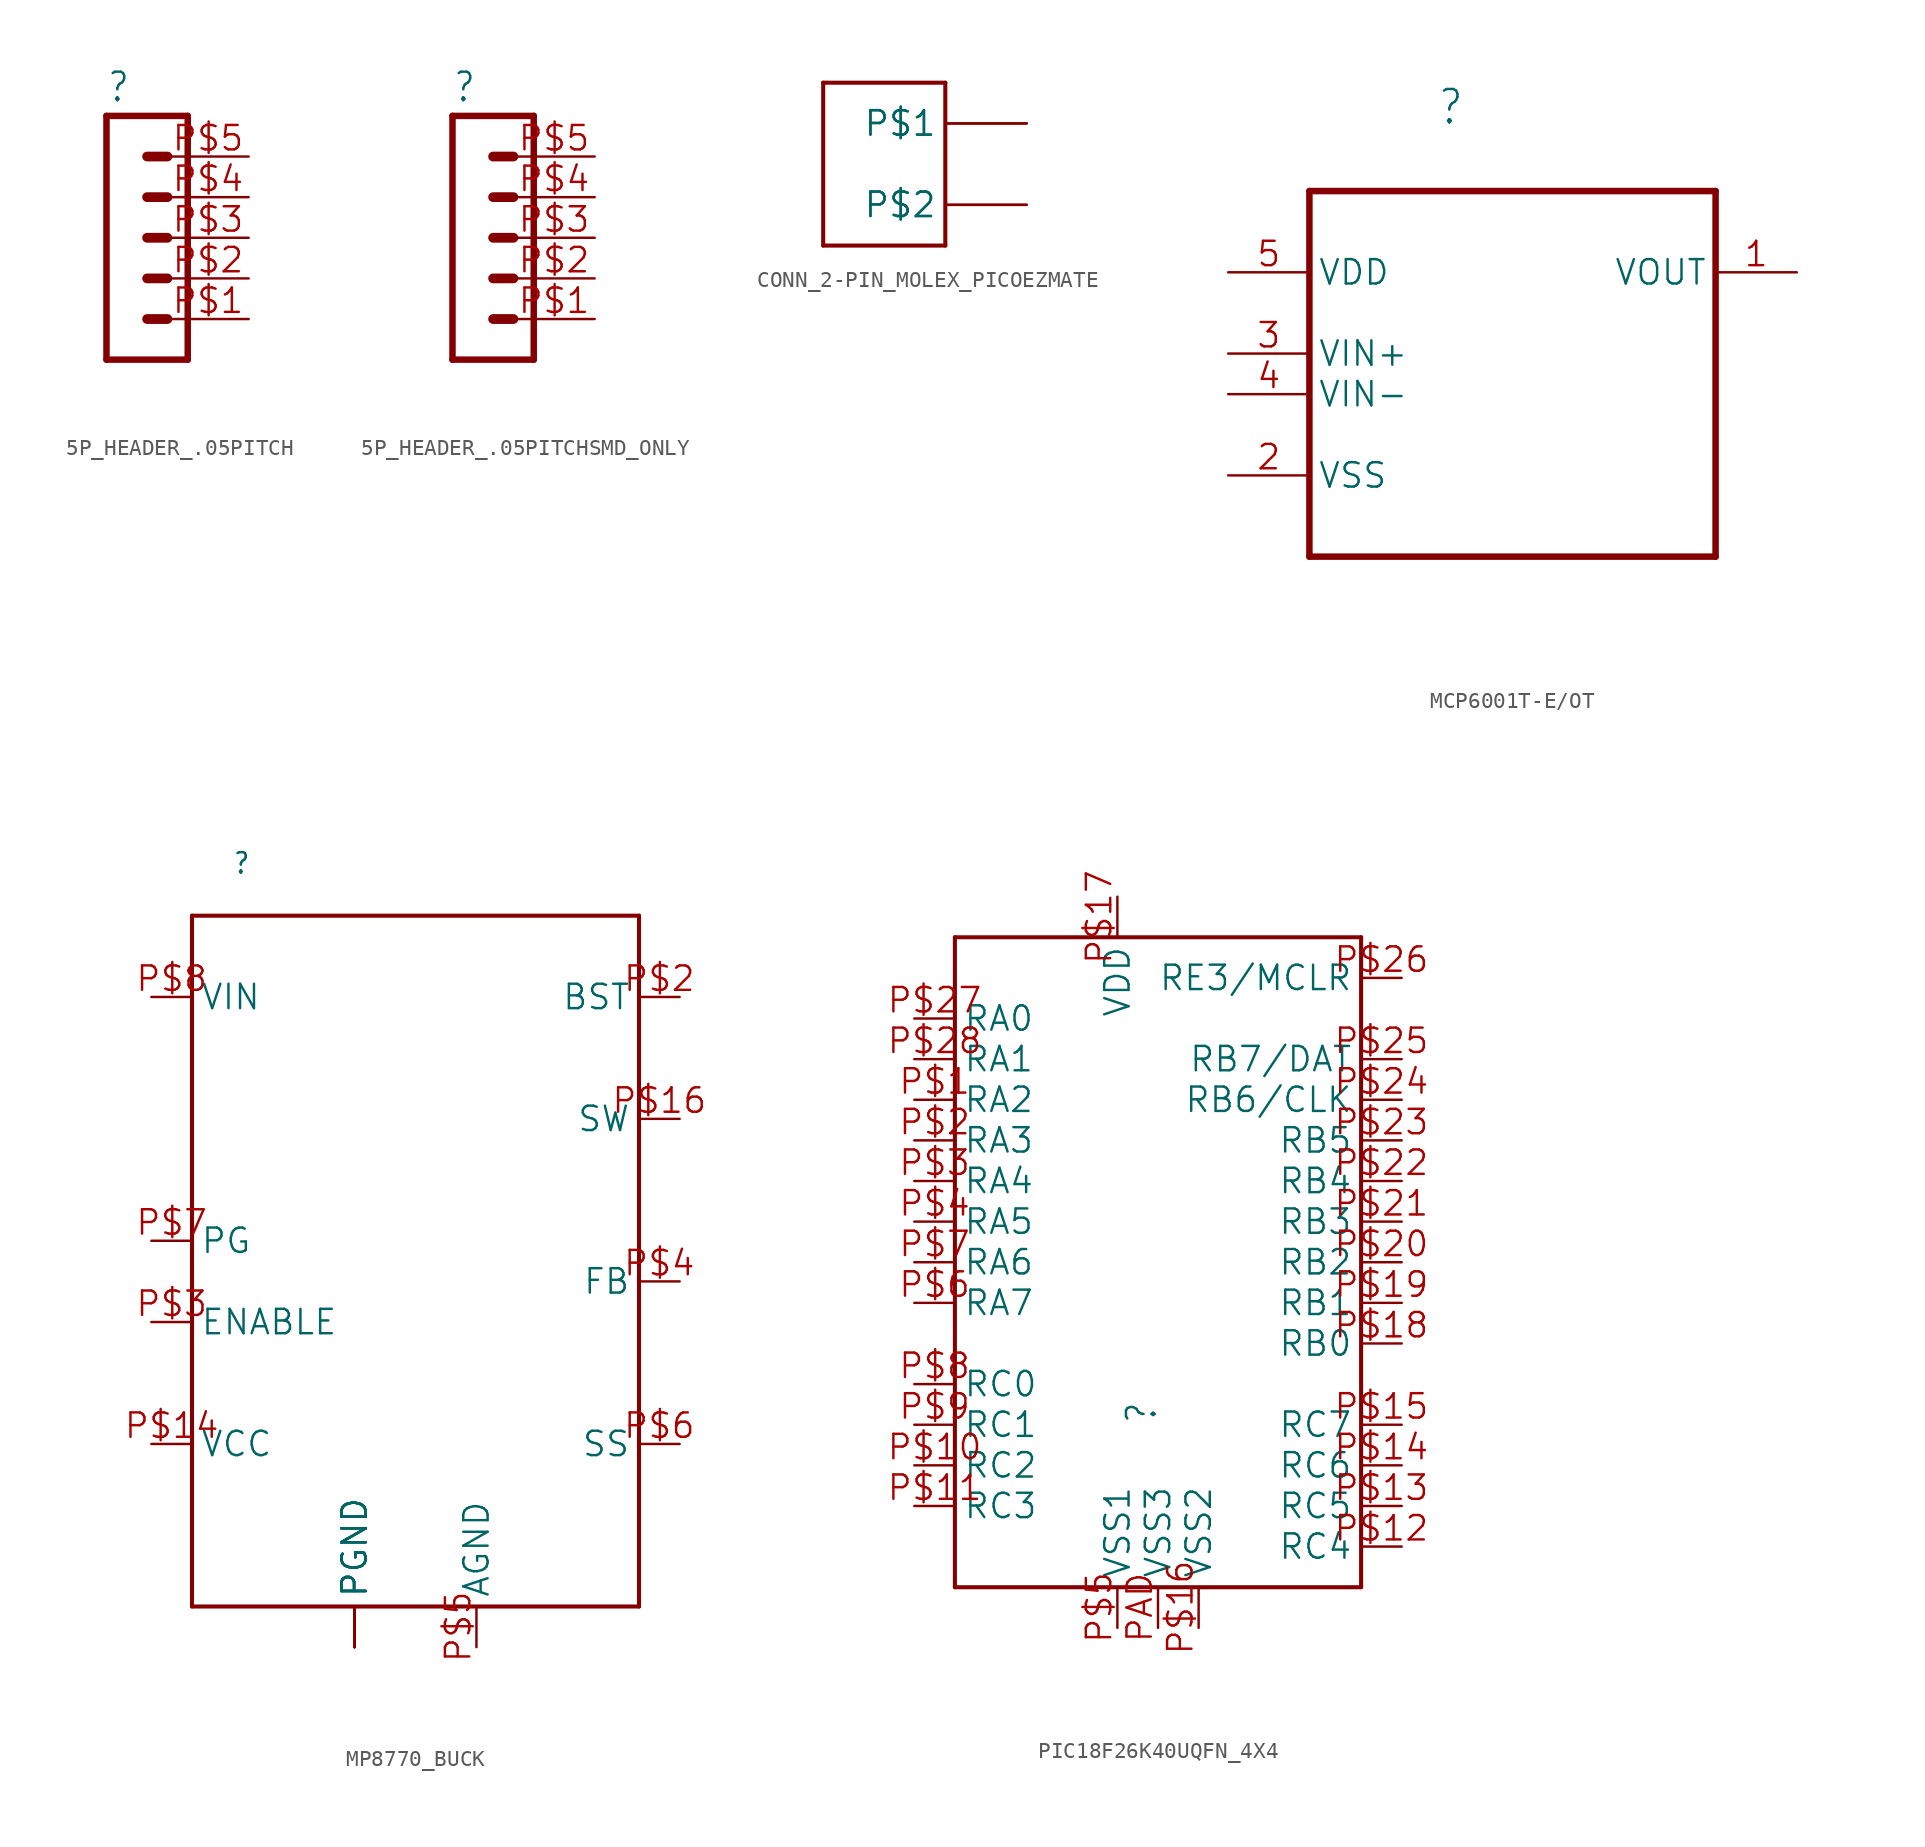
<source format=kicad_sym>
(kicad_symbol_lib
  (version 20241209)
  (generator "kicad_symbol_editor")
  (generator_version "9.0")
  (symbol "5P_HEADER_.05PITCH"
    (property "Reference" ""
      (at -1.27 8.382 0)
      (effects (font (size 1.778 1.511)) (justify left bottom)))
    (property "Value" ""
      (at -1.27 -10.16 0)
      (effects (font (size 1.778 1.511)) (justify left bottom)))
    (property "ki_locked" ""
      (at 0 0 0)
      (effects (font (size 1.27 1.27))))
    (symbol "5P_HEADER_.05PITCH_1_0"
      (polyline (pts (xy -1.27 7.62) (xy -1.27 -7.62)) (stroke (width 0.406) (type solid)) (fill (type none)))
      (polyline (pts (xy -1.27 7.62) (xy 3.81 7.62)) (stroke (width 0.406) (type solid)) (fill (type none)))
      (polyline (pts (xy 1.27 5.08) (xy 2.54 5.08)) (stroke (width 0.61) (type solid)) (fill (type none)))
      (polyline (pts (xy 1.27 2.54) (xy 2.54 2.54)) (stroke (width 0.61) (type solid)) (fill (type none)))
      (polyline (pts (xy 1.27 0) (xy 2.54 0)) (stroke (width 0.61) (type solid)) (fill (type none)))
      (polyline (pts (xy 1.27 -2.54) (xy 2.54 -2.54)) (stroke (width 0.61) (type solid)) (fill (type none)))
      (polyline (pts (xy 1.27 -5.08) (xy 2.54 -5.08)) (stroke (width 0.61) (type solid)) (fill (type none)))
      (polyline (pts (xy 3.81 -7.62) (xy -1.27 -7.62)) (stroke (width 0.406) (type solid)) (fill (type none)))
      (polyline (pts (xy 3.81 -7.62) (xy 3.81 7.62)) (stroke (width 0.406) (type solid)) (fill (type none)))
      (pin passive line (at 7.62 5.08 180) (length 5.08) (name "5" (effects (font (size 0 0)))) (number "P$5" (effects (font (size 1.524 1.524)))))
      (pin passive line (at 7.62 2.54 180) (length 5.08) (name "4" (effects (font (size 0 0)))) (number "P$4" (effects (font (size 1.524 1.524)))))
      (pin passive line (at 7.62 0 180) (length 5.08) (name "3" (effects (font (size 0 0)))) (number "P$3" (effects (font (size 1.524 1.524)))))
      (pin passive line (at 7.62 -2.54 180) (length 5.08) (name "2" (effects (font (size 0 0)))) (number "P$2" (effects (font (size 1.524 1.524)))))
      (pin passive line (at 7.62 -5.08 180) (length 5.08) (name "1" (effects (font (size 0 0)))) (number "P$1" (effects (font (size 1.524 1.524)))))))
  (symbol "5P_HEADER_.05PITCHSMD_ONLY"
    (property "Reference" ""
      (at -1.27 8.382 0)
      (effects (font (size 1.778 1.511)) (justify left bottom)))
    (property "Value" ""
      (at -1.27 -10.16 0)
      (effects (font (size 1.778 1.511)) (justify left bottom)))
    (property "ki_locked" ""
      (at 0 0 0)
      (effects (font (size 1.27 1.27))))
    (symbol "5P_HEADER_.05PITCHSMD_ONLY_1_0"
      (polyline (pts (xy -1.27 7.62) (xy -1.27 -7.62)) (stroke (width 0.406) (type solid)) (fill (type none)))
      (polyline (pts (xy -1.27 7.62) (xy 3.81 7.62)) (stroke (width 0.406) (type solid)) (fill (type none)))
      (polyline (pts (xy 1.27 5.08) (xy 2.54 5.08)) (stroke (width 0.61) (type solid)) (fill (type none)))
      (polyline (pts (xy 1.27 2.54) (xy 2.54 2.54)) (stroke (width 0.61) (type solid)) (fill (type none)))
      (polyline (pts (xy 1.27 0) (xy 2.54 0)) (stroke (width 0.61) (type solid)) (fill (type none)))
      (polyline (pts (xy 1.27 -2.54) (xy 2.54 -2.54)) (stroke (width 0.61) (type solid)) (fill (type none)))
      (polyline (pts (xy 1.27 -5.08) (xy 2.54 -5.08)) (stroke (width 0.61) (type solid)) (fill (type none)))
      (polyline (pts (xy 3.81 -7.62) (xy -1.27 -7.62)) (stroke (width 0.406) (type solid)) (fill (type none)))
      (polyline (pts (xy 3.81 -7.62) (xy 3.81 7.62)) (stroke (width 0.406) (type solid)) (fill (type none)))
      (pin passive line (at 7.62 5.08 180) (length 5.08) (name "5" (effects (font (size 0 0)))) (number "P$5" (effects (font (size 1.524 1.524)))))
      (pin passive line (at 7.62 2.54 180) (length 5.08) (name "4" (effects (font (size 0 0)))) (number "P$4" (effects (font (size 1.524 1.524)))))
      (pin passive line (at 7.62 0 180) (length 5.08) (name "3" (effects (font (size 0 0)))) (number "P$3" (effects (font (size 1.524 1.524)))))
      (pin passive line (at 7.62 -2.54 180) (length 5.08) (name "2" (effects (font (size 0 0)))) (number "P$2" (effects (font (size 1.524 1.524)))))
      (pin passive line (at 7.62 -5.08 180) (length 5.08) (name "1" (effects (font (size 0 0)))) (number "P$1" (effects (font (size 1.524 1.524)))))))
  (symbol "CONN_2-PIN_MOLEX_PICOEZMATE"
    (property "Reference" ""
      (at 0 0 0)
      (effects (font (size 1.27 1.27)) (hide yes)))
    (property "ki_locked" ""
      (at 0 0 0)
      (effects (font (size 1.27 1.27))))
    (symbol "CONN_2-PIN_MOLEX_PICOEZMATE_1_0"
      (polyline (pts (xy -5.08 5.08) (xy -5.08 -5.08)) (stroke (width 0.254) (type solid)) (fill (type none)))
      (polyline (pts (xy -5.08 -5.08) (xy 2.54 -5.08)) (stroke (width 0.254) (type solid)) (fill (type none)))
      (polyline (pts (xy 2.54 5.08) (xy -5.08 5.08)) (stroke (width 0.254) (type solid)) (fill (type none)))
      (polyline (pts (xy 2.54 -5.08) (xy 2.54 5.08)) (stroke (width 0.254) (type solid)) (fill (type none)))
      (pin bidirectional line (at 7.62 2.54 180) (length 5.08) (name "P$1" (effects (font (size 1.524 1.524)))) (number "P$1" (effects (font (size 0 0)))))
      (pin bidirectional line (at 7.62 2.54 180) (length 5.08) (name "P$1" (effects (font (size 1.524 1.524)))) (number "P$4" (effects (font (size 0 0)))))
      (pin bidirectional line (at 7.62 -2.54 180) (length 5.08) (name "P$2" (effects (font (size 1.524 1.524)))) (number "P$2" (effects (font (size 0 0)))))
      (pin bidirectional line (at 7.62 -2.54 180) (length 5.08) (name "P$2" (effects (font (size 1.524 1.524)))) (number "P$3" (effects (font (size 0 0)))))))
  (symbol "MCP6001T-E/OT"
    (property "Reference" ""
      (at -4.724 11.659 0)
      (effects (font (size 2.083 1.77)) (justify left bottom)))
    (property "Value" ""
      (at -5.563 -19.964 0)
      (effects (font (size 2.083 1.77)) (justify left bottom)))
    (property "ki_locked" ""
      (at 0 0 0)
      (effects (font (size 1.27 1.27))))
    (symbol "MCP6001T-E/OT_1_0"
      (polyline (pts (xy -12.7 7.62) (xy -12.7 -15.24)) (stroke (width 0.406) (type solid)) (fill (type none)))
      (polyline (pts (xy -12.7 -15.24) (xy 12.7 -15.24)) (stroke (width 0.406) (type solid)) (fill (type none)))
      (polyline (pts (xy 12.7 7.62) (xy -12.7 7.62)) (stroke (width 0.406) (type solid)) (fill (type none)))
      (polyline (pts (xy 12.7 -15.24) (xy 12.7 7.62)) (stroke (width 0.406) (type solid)) (fill (type none)))
      (pin power_in line (at -17.78 2.54 0) (length 5.08) (name "VDD" (effects (font (size 1.524 1.524)))) (number "5" (effects (font (size 1.524 1.524)))))
      (pin input line (at -17.78 -2.54 0) (length 5.08) (name "VIN+" (effects (font (size 1.524 1.524)))) (number "3" (effects (font (size 1.524 1.524)))))
      (pin input line (at -17.78 -5.08 0) (length 5.08) (name "VIN-" (effects (font (size 1.524 1.524)))) (number "4" (effects (font (size 1.524 1.524)))))
      (pin passive line (at -17.78 -10.16 0) (length 5.08) (name "VSS" (effects (font (size 1.524 1.524)))) (number "2" (effects (font (size 1.524 1.524)))))
      (pin output line (at 17.78 2.54 180) (length 5.08) (name "VOUT" (effects (font (size 1.524 1.524)))) (number "1" (effects (font (size 1.524 1.524)))))))
  (symbol "MP8770_BUCK"
    (property "Reference" ""
      (at -12.7 20.32 0)
      (effects (font (size 1.27 1.079)) (justify left bottom)))
    (property "Value" ""
      (at -7.62 15.24 0)
      (effects (font (size 1.27 1.079)) (justify left bottom)))
    (property "ki_locked" ""
      (at 0 0 0)
      (effects (font (size 1.27 1.27))))
    (symbol "MP8770_BUCK_1_0"
      (polyline (pts (xy -15.24 17.78) (xy 12.7 17.78)) (stroke (width 0.254) (type solid)) (fill (type none)))
      (polyline (pts (xy -15.24 -25.4) (xy -15.24 17.78)) (stroke (width 0.254) (type solid)) (fill (type none)))
      (polyline (pts (xy 12.7 17.78) (xy 12.7 -25.4)) (stroke (width 0.254) (type solid)) (fill (type none)))
      (polyline (pts (xy 12.7 -25.4) (xy -15.24 -25.4)) (stroke (width 0.254) (type solid)) (fill (type none)))
      (pin bidirectional line (at -17.78 12.7 0) (length 2.54) (name "VIN" (effects (font (size 1.524 1.524)))) (number "P$8" (effects (font (size 1.524 1.524)))))
      (pin bidirectional line (at -17.78 -2.54 0) (length 2.54) (name "PG" (effects (font (size 1.524 1.524)))) (number "P$7" (effects (font (size 1.524 1.524)))))
      (pin bidirectional line (at -17.78 -7.62 0) (length 2.54) (name "ENABLE" (effects (font (size 1.524 1.524)))) (number "P$3" (effects (font (size 1.524 1.524)))))
      (pin bidirectional line (at -17.78 -15.24 0) (length 2.54) (name "VCC" (effects (font (size 1.524 1.524)))) (number "P$14" (effects (font (size 1.524 1.524)))))
      (pin bidirectional line (at -5.08 -27.94 90) (length 2.54) (name "PGND" (effects (font (size 1.524 1.524)))) (number "P$10" (effects (font (size 0 0)))))
      (pin bidirectional line (at -5.08 -27.94 90) (length 2.54) (name "PGND" (effects (font (size 1.524 1.524)))) (number "P$11" (effects (font (size 0 0)))))
      (pin bidirectional line (at -5.08 -27.94 90) (length 2.54) (name "PGND" (effects (font (size 1.524 1.524)))) (number "P$12" (effects (font (size 0 0)))))
      (pin bidirectional line (at -5.08 -27.94 90) (length 2.54) (name "PGND" (effects (font (size 1.524 1.524)))) (number "P$13" (effects (font (size 0 0)))))
      (pin bidirectional line (at -5.08 -27.94 90) (length 2.54) (name "PGND" (effects (font (size 1.524 1.524)))) (number "P$9" (effects (font (size 0 0)))))
      (pin bidirectional line (at 2.54 -27.94 90) (length 2.54) (name "AGND" (effects (font (size 1.524 1.524)))) (number "P$5" (effects (font (size 1.524 1.524)))))
      (pin bidirectional line (at 15.24 12.7 180) (length 2.54) (name "BST" (effects (font (size 1.524 1.524)))) (number "P$2" (effects (font (size 1.524 1.524)))))
      (pin bidirectional line (at 15.24 5.08 180) (length 2.54) (name "SW" (effects (font (size 1.524 1.524)))) (number "P$16" (effects (font (size 1.524 1.524)))))
      (pin bidirectional line (at 15.24 -5.08 180) (length 2.54) (name "FB" (effects (font (size 1.524 1.524)))) (number "P$4" (effects (font (size 1.524 1.524)))))
      (pin bidirectional line (at 15.24 -15.24 180) (length 2.54) (name "SS" (effects (font (size 1.524 1.524)))) (number "P$6" (effects (font (size 1.524 1.524)))))))
  (symbol "PIC18F26K40UQFN_4X4"
    (property "Reference" ""
      (at 0 -12.7 90)
      (effects (font (size 1.778 1.511)) (justify left bottom)))
    (property "ki_locked" ""
      (at 0 0 0)
      (effects (font (size 1.27 1.27))))
    (symbol "PIC18F26K40UQFN_4X4_1_0"
      (polyline (pts (xy -12.7 17.78) (xy 12.7 17.78)) (stroke (width 0.254) (type solid)) (fill (type none)))
      (polyline (pts (xy -12.7 -22.86) (xy -12.7 17.78)) (stroke (width 0.254) (type solid)) (fill (type none)))
      (polyline (pts (xy 12.7 17.78) (xy 12.7 -22.86)) (stroke (width 0.254) (type solid)) (fill (type none)))
      (polyline (pts (xy 12.7 -22.86) (xy -12.7 -22.86)) (stroke (width 0.254) (type solid)) (fill (type none)))
      (pin bidirectional line (at -15.24 12.7 0) (length 2.54) (name "RA0" (effects (font (size 1.524 1.524)))) (number "P$27" (effects (font (size 1.524 1.524)))))
      (pin bidirectional line (at -15.24 10.16 0) (length 2.54) (name "RA1" (effects (font (size 1.524 1.524)))) (number "P$28" (effects (font (size 1.524 1.524)))))
      (pin bidirectional line (at -15.24 7.62 0) (length 2.54) (name "RA2" (effects (font (size 1.524 1.524)))) (number "P$1" (effects (font (size 1.524 1.524)))))
      (pin bidirectional line (at -15.24 5.08 0) (length 2.54) (name "RA3" (effects (font (size 1.524 1.524)))) (number "P$2" (effects (font (size 1.524 1.524)))))
      (pin bidirectional line (at -15.24 2.54 0) (length 2.54) (name "RA4" (effects (font (size 1.524 1.524)))) (number "P$3" (effects (font (size 1.524 1.524)))))
      (pin bidirectional line (at -15.24 0 0) (length 2.54) (name "RA5" (effects (font (size 1.524 1.524)))) (number "P$4" (effects (font (size 1.524 1.524)))))
      (pin bidirectional line (at -15.24 -2.54 0) (length 2.54) (name "RA6" (effects (font (size 1.524 1.524)))) (number "P$7" (effects (font (size 1.524 1.524)))))
      (pin bidirectional line (at -15.24 -5.08 0) (length 2.54) (name "RA7" (effects (font (size 1.524 1.524)))) (number "P$6" (effects (font (size 1.524 1.524)))))
      (pin bidirectional line (at -15.24 -10.16 0) (length 2.54) (name "RC0" (effects (font (size 1.524 1.524)))) (number "P$8" (effects (font (size 1.524 1.524)))))
      (pin bidirectional line (at -15.24 -12.7 0) (length 2.54) (name "RC1" (effects (font (size 1.524 1.524)))) (number "P$9" (effects (font (size 1.524 1.524)))))
      (pin bidirectional line (at -15.24 -15.24 0) (length 2.54) (name "RC2" (effects (font (size 1.524 1.524)))) (number "P$10" (effects (font (size 1.524 1.524)))))
      (pin bidirectional line (at -15.24 -17.78 0) (length 2.54) (name "RC3" (effects (font (size 1.524 1.524)))) (number "P$11" (effects (font (size 1.524 1.524)))))
      (pin bidirectional line (at -2.54 20.32 270) (length 2.54) (name "VDD" (effects (font (size 1.524 1.524)))) (number "P$17" (effects (font (size 1.524 1.524)))))
      (pin bidirectional line (at -2.54 -25.4 90) (length 2.54) (name "VSS1" (effects (font (size 1.524 1.524)))) (number "P$5" (effects (font (size 1.524 1.524)))))
      (pin bidirectional line (at 0 -25.4 90) (length 2.54) (name "VSS3" (effects (font (size 1.524 1.524)))) (number "PAD" (effects (font (size 1.524 1.524)))))
      (pin bidirectional line (at 2.54 -25.4 90) (length 2.54) (name "VSS2" (effects (font (size 1.524 1.524)))) (number "P$16" (effects (font (size 1.524 1.524)))))
      (pin bidirectional line (at 15.24 15.24 180) (length 2.54) (name "RE3/MCLR" (effects (font (size 1.524 1.524)))) (number "P$26" (effects (font (size 1.524 1.524)))))
      (pin bidirectional line (at 15.24 10.16 180) (length 2.54) (name "RB7/DAT" (effects (font (size 1.524 1.524)))) (number "P$25" (effects (font (size 1.524 1.524)))))
      (pin bidirectional line (at 15.24 7.62 180) (length 2.54) (name "RB6/CLK" (effects (font (size 1.524 1.524)))) (number "P$24" (effects (font (size 1.524 1.524)))))
      (pin bidirectional line (at 15.24 5.08 180) (length 2.54) (name "RB5" (effects (font (size 1.524 1.524)))) (number "P$23" (effects (font (size 1.524 1.524)))))
      (pin bidirectional line (at 15.24 2.54 180) (length 2.54) (name "RB4" (effects (font (size 1.524 1.524)))) (number "P$22" (effects (font (size 1.524 1.524)))))
      (pin bidirectional line (at 15.24 0 180) (length 2.54) (name "RB3" (effects (font (size 1.524 1.524)))) (number "P$21" (effects (font (size 1.524 1.524)))))
      (pin bidirectional line (at 15.24 -2.54 180) (length 2.54) (name "RB2" (effects (font (size 1.524 1.524)))) (number "P$20" (effects (font (size 1.524 1.524)))))
      (pin bidirectional line (at 15.24 -5.08 180) (length 2.54) (name "RB1" (effects (font (size 1.524 1.524)))) (number "P$19" (effects (font (size 1.524 1.524)))))
      (pin bidirectional line (at 15.24 -7.62 180) (length 2.54) (name "RB0" (effects (font (size 1.524 1.524)))) (number "P$18" (effects (font (size 1.524 1.524)))))
      (pin bidirectional line (at 15.24 -12.7 180) (length 2.54) (name "RC7" (effects (font (size 1.524 1.524)))) (number "P$15" (effects (font (size 1.524 1.524)))))
      (pin bidirectional line (at 15.24 -15.24 180) (length 2.54) (name "RC6" (effects (font (size 1.524 1.524)))) (number "P$14" (effects (font (size 1.524 1.524)))))
      (pin bidirectional line (at 15.24 -17.78 180) (length 2.54) (name "RC5" (effects (font (size 1.524 1.524)))) (number "P$13" (effects (font (size 1.524 1.524)))))
      (pin bidirectional line (at 15.24 -20.32 180) (length 2.54) (name "RC4" (effects (font (size 1.524 1.524)))) (number "P$12" (effects (font (size 1.524 1.524))))))))
</source>
